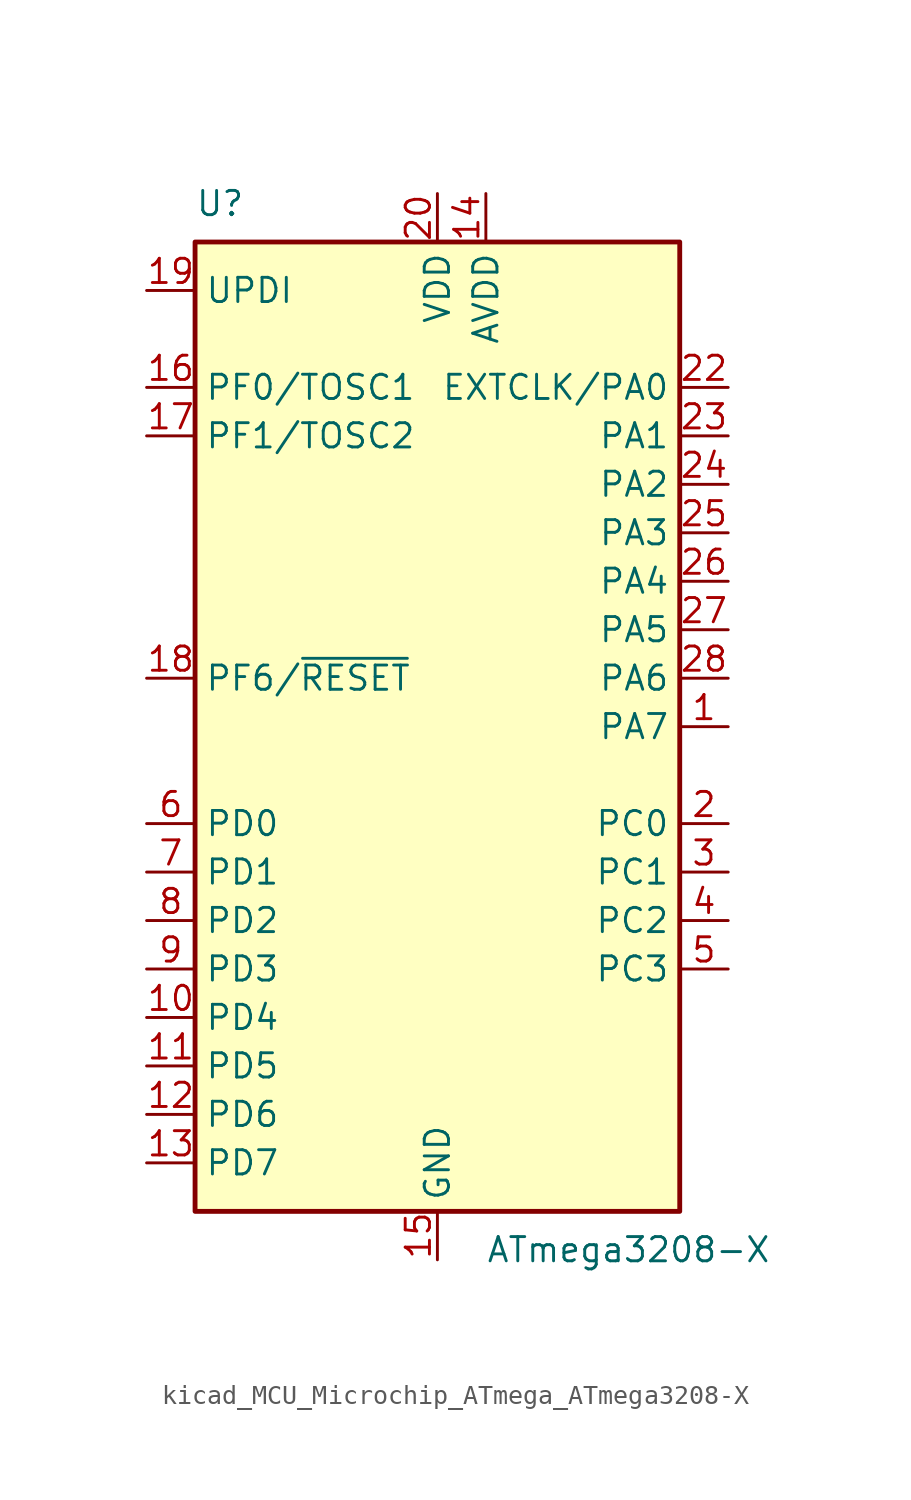
<source format=kicad_sym>
(kicad_symbol_lib
  (version 20220914)
  (generator kicad_symbol_editor)
  (symbol "kicad_MCU_Microchip_ATmega_ATmega3208-X"
    (property "Reference" "U"
      (at -12.7 26.67 0)
      (effects (font (size 1.27 1.27)) (justify left bottom)))
    (property "Value" "ATmega3208-X"
      (at 2.54 -26.67 0)
      (effects (font (size 1.27 1.27)) (justify left top)))
    (symbol "kicad_MCU_Microchip_ATmega_ATmega3208-X_0_1"
      (rectangle (start -12.7 -25.4) (end 12.7 25.4) (stroke (width 0.254) (type default)) (fill (type background))))
    (symbol "kicad_MCU_Microchip_ATmega_ATmega3208-X_1_1"
      (pin bidirectional line (at 15.24 0 180) (length 2.54) (name "PA7" (effects (font (size 1.27 1.27)))) (number "1" (effects (font (size 1.27 1.27)))))
      (pin bidirectional line (at -15.24 -15.24 0) (length 2.54) (name "PD4" (effects (font (size 1.27 1.27)))) (number "10" (effects (font (size 1.27 1.27)))))
      (pin bidirectional line (at -15.24 -17.78 0) (length 2.54) (name "PD5" (effects (font (size 1.27 1.27)))) (number "11" (effects (font (size 1.27 1.27)))))
      (pin bidirectional line (at -15.24 -20.32 0) (length 2.54) (name "PD6" (effects (font (size 1.27 1.27)))) (number "12" (effects (font (size 1.27 1.27)))))
      (pin bidirectional line (at -15.24 -22.86 0) (length 2.54) (name "PD7" (effects (font (size 1.27 1.27)))) (number "13" (effects (font (size 1.27 1.27)))))
      (pin power_in line (at 2.54 27.94 270) (length 2.54) (name "AVDD" (effects (font (size 1.27 1.27)))) (number "14" (effects (font (size 1.27 1.27)))))
      (pin power_in line (at 0 -27.94 90) (length 2.54) (name "GND" (effects (font (size 1.27 1.27)))) (number "15" (effects (font (size 1.27 1.27)))))
      (pin bidirectional line (at -15.24 17.78 0) (length 2.54) (name "PF0/TOSC1" (effects (font (size 1.27 1.27)))) (number "16" (effects (font (size 1.27 1.27)))))
      (pin bidirectional line (at -15.24 15.24 0) (length 2.54) (name "PF1/TOSC2" (effects (font (size 1.27 1.27)))) (number "17" (effects (font (size 1.27 1.27)))))
      (pin bidirectional line (at -15.24 2.54 0) (length 2.54) (name "PF6/~{RESET}" (effects (font (size 1.27 1.27)))) (number "18" (effects (font (size 1.27 1.27)))))
      (pin bidirectional line (at -15.24 22.86 0) (length 2.54) (name "UPDI" (effects (font (size 1.27 1.27)))) (number "19" (effects (font (size 1.27 1.27)))))
      (pin bidirectional line (at 15.24 -5.08 180) (length 2.54) (name "PC0" (effects (font (size 1.27 1.27)))) (number "2" (effects (font (size 1.27 1.27)))))
      (pin power_in line (at 0 27.94 270) (length 2.54) (name "VDD" (effects (font (size 1.27 1.27)))) (number "20" (effects (font (size 1.27 1.27)))))
      (pin passive line (at 0 -27.94 90) (length 2.54) hide (name "GND" (effects (font (size 1.27 1.27)))) (number "21" (effects (font (size 1.27 1.27)))))
      (pin bidirectional line (at 15.24 17.78 180) (length 2.54) (name "EXTCLK/PA0" (effects (font (size 1.27 1.27)))) (number "22" (effects (font (size 1.27 1.27)))))
      (pin bidirectional line (at 15.24 15.24 180) (length 2.54) (name "PA1" (effects (font (size 1.27 1.27)))) (number "23" (effects (font (size 1.27 1.27)))))
      (pin bidirectional line (at 15.24 12.7 180) (length 2.54) (name "PA2" (effects (font (size 1.27 1.27)))) (number "24" (effects (font (size 1.27 1.27)))))
      (pin bidirectional line (at 15.24 10.16 180) (length 2.54) (name "PA3" (effects (font (size 1.27 1.27)))) (number "25" (effects (font (size 1.27 1.27)))))
      (pin bidirectional line (at 15.24 7.62 180) (length 2.54) (name "PA4" (effects (font (size 1.27 1.27)))) (number "26" (effects (font (size 1.27 1.27)))))
      (pin bidirectional line (at 15.24 5.08 180) (length 2.54) (name "PA5" (effects (font (size 1.27 1.27)))) (number "27" (effects (font (size 1.27 1.27)))))
      (pin bidirectional line (at 15.24 2.54 180) (length 2.54) (name "PA6" (effects (font (size 1.27 1.27)))) (number "28" (effects (font (size 1.27 1.27)))))
      (pin bidirectional line (at 15.24 -7.62 180) (length 2.54) (name "PC1" (effects (font (size 1.27 1.27)))) (number "3" (effects (font (size 1.27 1.27)))))
      (pin bidirectional line (at 15.24 -10.16 180) (length 2.54) (name "PC2" (effects (font (size 1.27 1.27)))) (number "4" (effects (font (size 1.27 1.27)))))
      (pin bidirectional line (at 15.24 -12.7 180) (length 2.54) (name "PC3" (effects (font (size 1.27 1.27)))) (number "5" (effects (font (size 1.27 1.27)))))
      (pin bidirectional line (at -15.24 -5.08 0) (length 2.54) (name "PD0" (effects (font (size 1.27 1.27)))) (number "6" (effects (font (size 1.27 1.27)))))
      (pin bidirectional line (at -15.24 -7.62 0) (length 2.54) (name "PD1" (effects (font (size 1.27 1.27)))) (number "7" (effects (font (size 1.27 1.27)))))
      (pin bidirectional line (at -15.24 -10.16 0) (length 2.54) (name "PD2" (effects (font (size 1.27 1.27)))) (number "8" (effects (font (size 1.27 1.27)))))
      (pin bidirectional line (at -15.24 -12.7 0) (length 2.54) (name "PD3" (effects (font (size 1.27 1.27)))) (number "9" (effects (font (size 1.27 1.27))))))))
</source>
